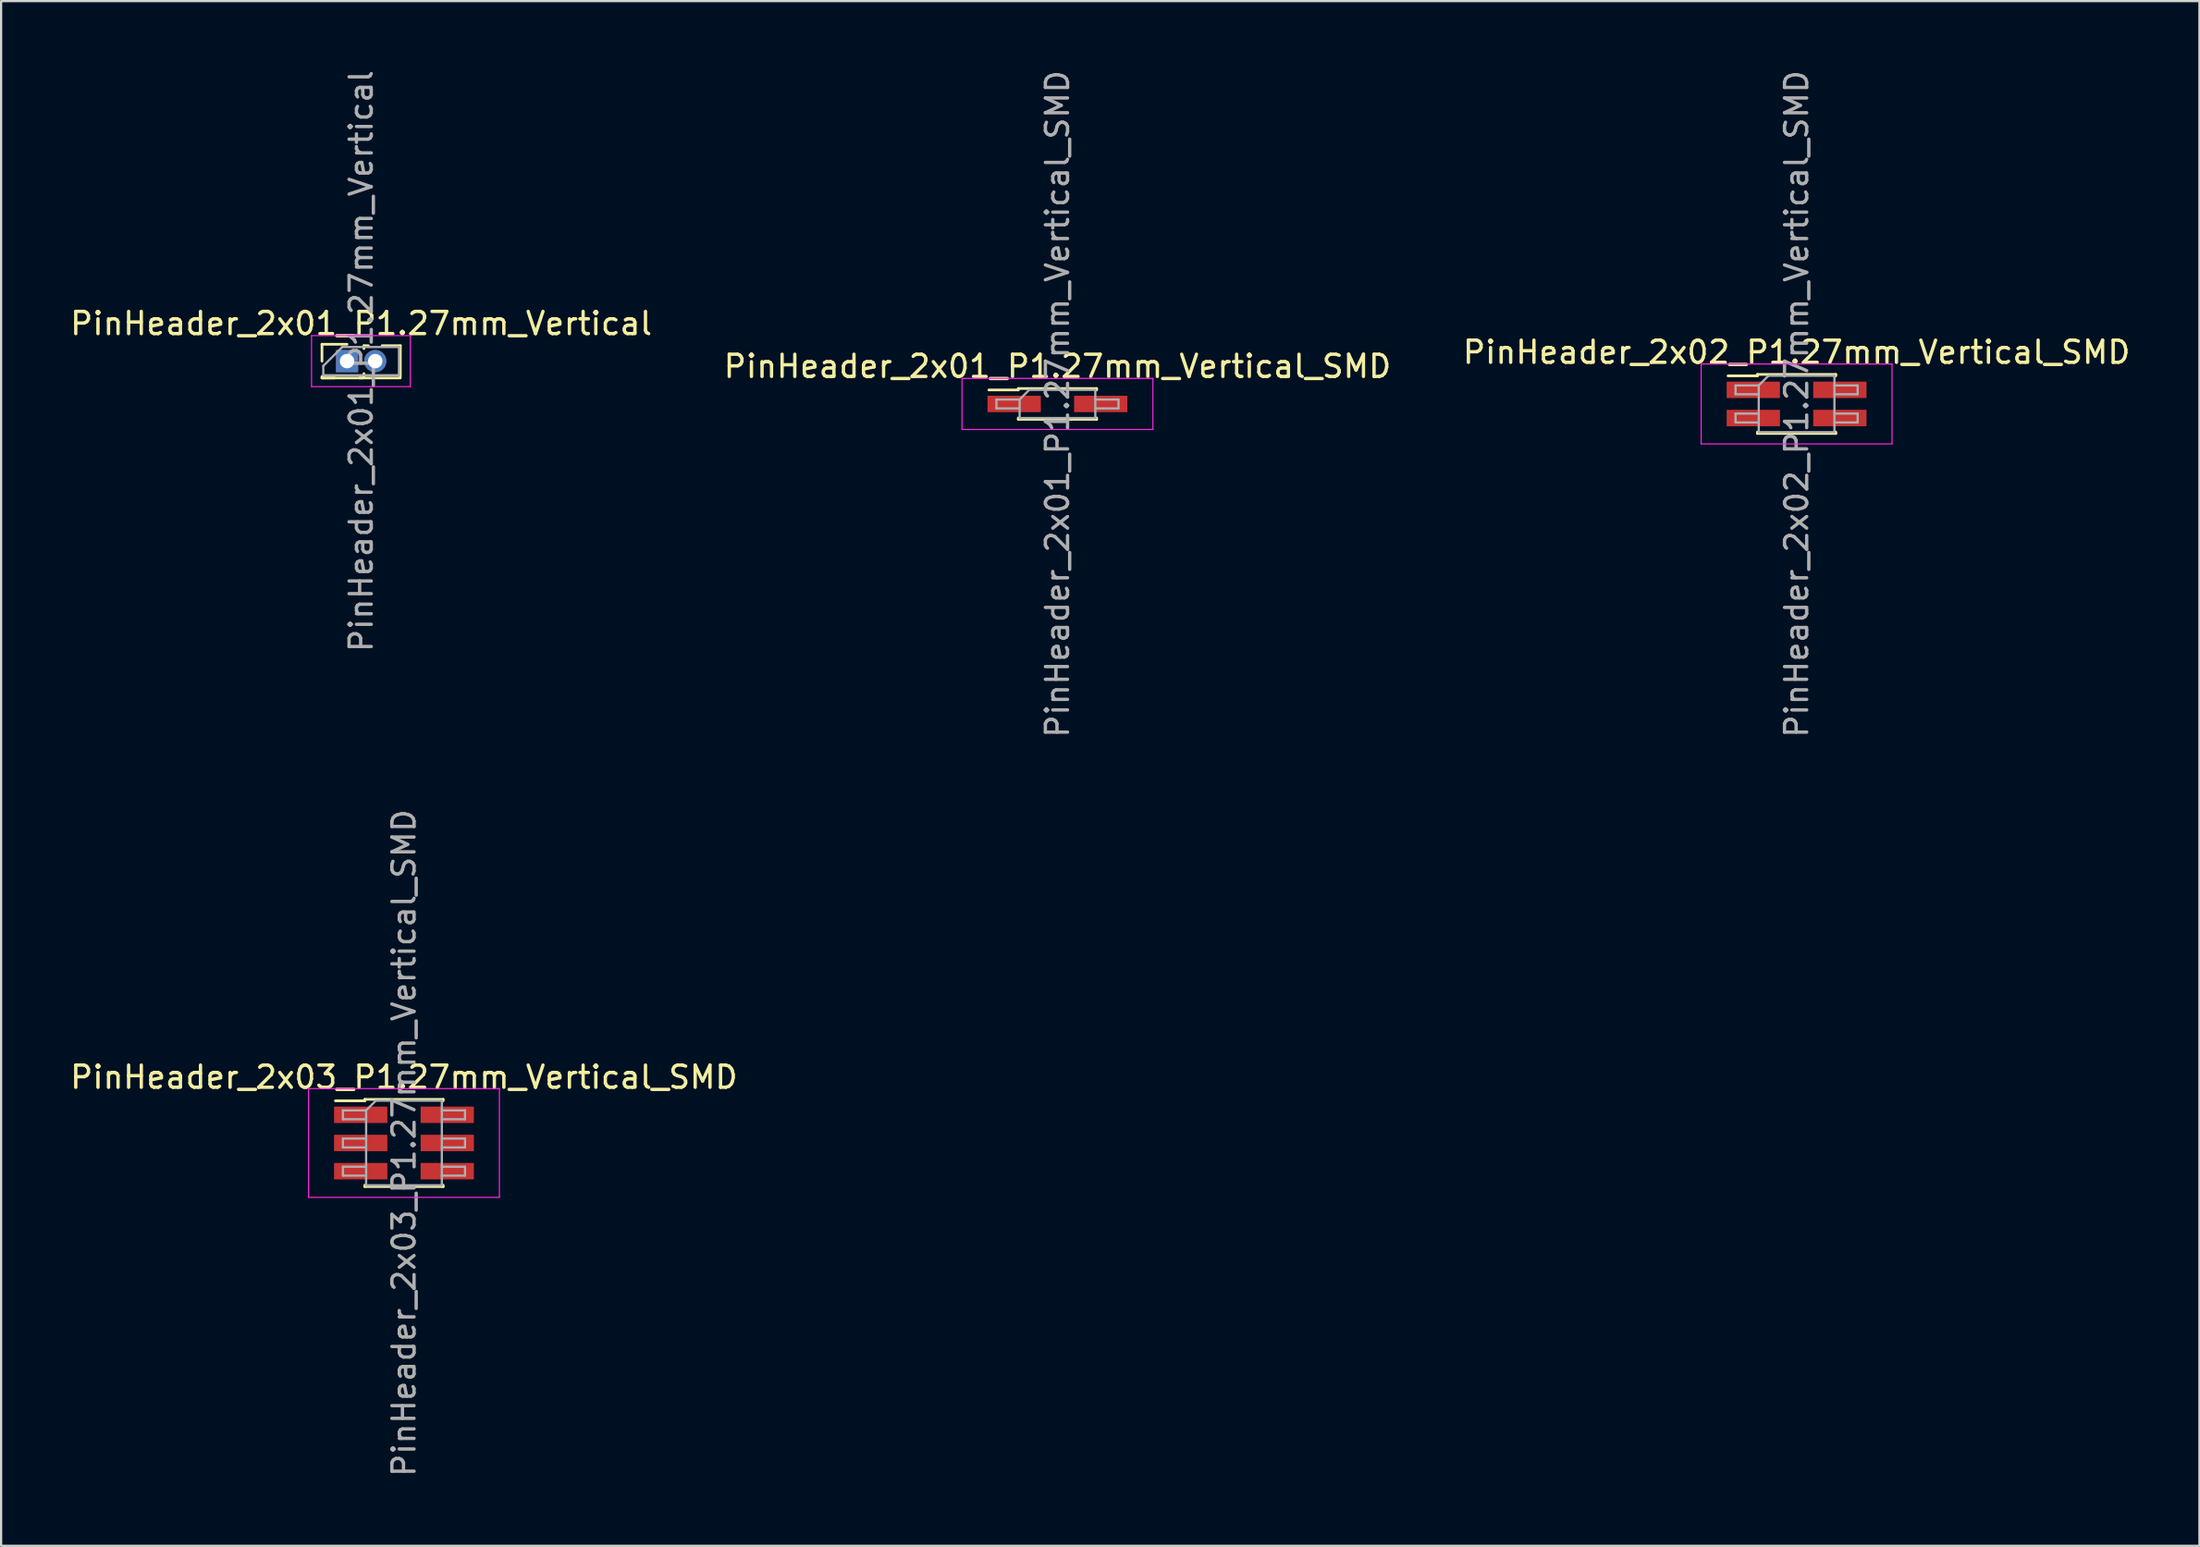
<source format=kicad_pcb>
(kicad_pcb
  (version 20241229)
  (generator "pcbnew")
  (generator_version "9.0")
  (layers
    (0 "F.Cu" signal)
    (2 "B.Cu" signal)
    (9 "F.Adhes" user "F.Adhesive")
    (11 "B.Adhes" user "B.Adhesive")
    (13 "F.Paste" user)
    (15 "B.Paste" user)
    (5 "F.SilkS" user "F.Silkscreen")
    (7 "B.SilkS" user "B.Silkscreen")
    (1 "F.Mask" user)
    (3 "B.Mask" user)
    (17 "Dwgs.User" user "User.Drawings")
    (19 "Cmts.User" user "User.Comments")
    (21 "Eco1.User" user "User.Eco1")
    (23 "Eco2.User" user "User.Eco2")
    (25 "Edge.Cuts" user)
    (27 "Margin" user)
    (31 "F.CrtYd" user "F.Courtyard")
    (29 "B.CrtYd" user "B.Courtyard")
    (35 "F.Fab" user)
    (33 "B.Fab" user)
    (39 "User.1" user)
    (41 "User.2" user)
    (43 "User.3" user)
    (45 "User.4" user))
  (footprint "PinHeader_2x02_P1.27mm_Vertical_SMD"
    (layer "F.Cu")
    (at 77.887 15.149)
    (property "Reference" "PinHeader_2x02_P1.27mm_Vertical_SMD" (at 0 -2.33 0) (layer "F.SilkS") (effects (font (size 1 1) (thickness 0.15))))
    (attr smd)
    (fp_line (start -3.09 -1.265) (end -1.765 -1.265) (stroke (width 0.12) (type solid)) (layer "F.SilkS"))
    (fp_line (start -1.765 -1.33) (end -1.765 -1.265) (stroke (width 0.12) (type solid)) (layer "F.SilkS"))
    (fp_line (start -1.765 -1.33) (end 1.765 -1.33) (stroke (width 0.12) (type solid)) (layer "F.SilkS"))
    (fp_line (start -1.765 1.265) (end -1.765 1.33) (stroke (width 0.12) (type solid)) (layer "F.SilkS"))
    (fp_line (start -1.765 1.33) (end 1.765 1.33) (stroke (width 0.12) (type solid)) (layer "F.SilkS"))
    (fp_line (start 1.765 -1.33) (end 1.765 -1.265) (stroke (width 0.12) (type solid)) (layer "F.SilkS"))
    (fp_line (start 1.765 1.265) (end 1.765 1.33) (stroke (width 0.12) (type solid)) (layer "F.SilkS"))
    (fp_line (start -4.3 -1.8) (end -4.3 1.8) (stroke (width 0.05) (type solid)) (layer "F.CrtYd"))
    (fp_line (start -4.3 1.8) (end 4.3 1.8) (stroke (width 0.05) (type solid)) (layer "F.CrtYd"))
    (fp_line (start 4.3 -1.8) (end -4.3 -1.8) (stroke (width 0.05) (type solid)) (layer "F.CrtYd"))
    (fp_line (start 4.3 1.8) (end 4.3 -1.8) (stroke (width 0.05) (type solid)) (layer "F.CrtYd"))
    (fp_line (start -2.75 -0.835) (end -2.75 -0.435) (stroke (width 0.1) (type solid)) (layer "F.Fab"))
    (fp_line (start -2.75 -0.435) (end -1.705 -0.435) (stroke (width 0.1) (type solid)) (layer "F.Fab"))
    (fp_line (start -2.75 0.435) (end -2.75 0.835) (stroke (width 0.1) (type solid)) (layer "F.Fab"))
    (fp_line (start -2.75 0.835) (end -1.705 0.835) (stroke (width 0.1) (type solid)) (layer "F.Fab"))
    (fp_line (start -1.705 -0.835) (end -2.75 -0.835) (stroke (width 0.1) (type solid)) (layer "F.Fab"))
    (fp_line (start -1.705 -0.835) (end -1.27 -1.27) (stroke (width 0.1) (type solid)) (layer "F.Fab"))
    (fp_line (start -1.705 0.435) (end -2.75 0.435) (stroke (width 0.1) (type solid)) (layer "F.Fab"))
    (fp_line (start -1.705 1.27) (end -1.705 -0.835) (stroke (width 0.1) (type solid)) (layer "F.Fab"))
    (fp_line (start -1.27 -1.27) (end 1.705 -1.27) (stroke (width 0.1) (type solid)) (layer "F.Fab"))
    (fp_line (start 1.705 -1.27) (end 1.705 1.27) (stroke (width 0.1) (type solid)) (layer "F.Fab"))
    (fp_line (start 1.705 -0.835) (end 2.75 -0.835) (stroke (width 0.1) (type solid)) (layer "F.Fab"))
    (fp_line (start 1.705 0.435) (end 2.75 0.435) (stroke (width 0.1) (type solid)) (layer "F.Fab"))
    (fp_line (start 1.705 1.27) (end -1.705 1.27) (stroke (width 0.1) (type solid)) (layer "F.Fab"))
    (fp_line (start 2.75 -0.835) (end 2.75 -0.435) (stroke (width 0.1) (type solid)) (layer "F.Fab"))
    (fp_line (start 2.75 -0.435) (end 1.705 -0.435) (stroke (width 0.1) (type solid)) (layer "F.Fab"))
    (fp_line (start 2.75 0.435) (end 2.75 0.835) (stroke (width 0.1) (type solid)) (layer "F.Fab"))
    (fp_line (start 2.75 0.835) (end 1.705 0.835) (stroke (width 0.1) (type solid)) (layer "F.Fab"))
    (fp_text user "${REFERENCE}" (at 0 0 90) (layer "F.Fab") (effects (font (size 1 1) (thickness 0.15))))
    (pad "1" smd rect (at -1.95 -0.635) (size 2.4 0.74) (layers "F.Cu" "F.Mask" "F.Paste"))
    (pad "2" smd rect (at 1.95 -0.635) (size 2.4 0.74) (layers "F.Cu" "F.Mask" "F.Paste"))
    (pad "3" smd rect (at -1.95 0.635) (size 2.4 0.74) (layers "F.Cu" "F.Mask" "F.Paste"))
    (pad "4" smd rect (at 1.95 0.635) (size 2.4 0.74) (layers "F.Cu" "F.Mask" "F.Paste")))
  (footprint "PinHeader_2x01_P1.27mm_Vertical_SMD"
    (layer "F.Cu")
    (at 44.589 15.149)
    (property "Reference" "PinHeader_2x01_P1.27mm_Vertical_SMD" (at 0 -1.695 0) (layer "F.SilkS") (effects (font (size 1 1) (thickness 0.15))))
    (attr smd)
    (fp_line (start -3.09 -0.63) (end -1.765 -0.63) (stroke (width 0.12) (type solid)) (layer "F.SilkS"))
    (fp_line (start -1.765 -0.695) (end -1.765 -0.63) (stroke (width 0.12) (type solid)) (layer "F.SilkS"))
    (fp_line (start -1.765 -0.695) (end 1.765 -0.695) (stroke (width 0.12) (type solid)) (layer "F.SilkS"))
    (fp_line (start -1.765 0.63) (end -1.765 0.695) (stroke (width 0.12) (type solid)) (layer "F.SilkS"))
    (fp_line (start -1.765 0.695) (end 1.765 0.695) (stroke (width 0.12) (type solid)) (layer "F.SilkS"))
    (fp_line (start 1.765 -0.695) (end 1.765 -0.63) (stroke (width 0.12) (type solid)) (layer "F.SilkS"))
    (fp_line (start 1.765 0.63) (end 1.765 0.695) (stroke (width 0.12) (type solid)) (layer "F.SilkS"))
    (fp_line (start -4.3 -1.15) (end -4.3 1.15) (stroke (width 0.05) (type solid)) (layer "F.CrtYd"))
    (fp_line (start -4.3 1.15) (end 4.3 1.15) (stroke (width 0.05) (type solid)) (layer "F.CrtYd"))
    (fp_line (start 4.3 -1.15) (end -4.3 -1.15) (stroke (width 0.05) (type solid)) (layer "F.CrtYd"))
    (fp_line (start 4.3 1.15) (end 4.3 -1.15) (stroke (width 0.05) (type solid)) (layer "F.CrtYd"))
    (fp_line (start -2.75 -0.2) (end -2.75 0.2) (stroke (width 0.1) (type solid)) (layer "F.Fab"))
    (fp_line (start -2.75 0.2) (end -1.705 0.2) (stroke (width 0.1) (type solid)) (layer "F.Fab"))
    (fp_line (start -1.705 -0.2) (end -2.75 -0.2) (stroke (width 0.1) (type solid)) (layer "F.Fab"))
    (fp_line (start -1.705 -0.2) (end -1.27 -0.635) (stroke (width 0.1) (type solid)) (layer "F.Fab"))
    (fp_line (start -1.705 0.635) (end -1.705 -0.2) (stroke (width 0.1) (type solid)) (layer "F.Fab"))
    (fp_line (start -1.27 -0.635) (end 1.705 -0.635) (stroke (width 0.1) (type solid)) (layer "F.Fab"))
    (fp_line (start 1.705 -0.635) (end 1.705 0.635) (stroke (width 0.1) (type solid)) (layer "F.Fab"))
    (fp_line (start 1.705 -0.2) (end 2.75 -0.2) (stroke (width 0.1) (type solid)) (layer "F.Fab"))
    (fp_line (start 1.705 0.635) (end -1.705 0.635) (stroke (width 0.1) (type solid)) (layer "F.Fab"))
    (fp_line (start 2.75 -0.2) (end 2.75 0.2) (stroke (width 0.1) (type solid)) (layer "F.Fab"))
    (fp_line (start 2.75 0.2) (end 1.705 0.2) (stroke (width 0.1) (type solid)) (layer "F.Fab"))
    (fp_text user "${REFERENCE}" (at 0 0 90) (layer "F.Fab") (effects (font (size 1 1) (thickness 0.15))))
    (pad "1" smd rect (at -1.95 0) (size 2.4 0.74) (layers "F.Cu" "F.Mask" "F.Paste"))
    (pad "2" smd rect (at 1.95 0) (size 2.4 0.74) (layers "F.Cu" "F.Mask" "F.Paste")))
  (footprint "PinHeader_2x03_P1.27mm_Vertical_SMD"
    (layer "F.Cu")
    (at 15.149 48.446)
    (property "Reference" "PinHeader_2x03_P1.27mm_Vertical_SMD" (at 0 -2.965 0) (layer "F.SilkS") (effects (font (size 1 1) (thickness 0.15))))
    (attr smd)
    (fp_line (start -3.09 -1.9) (end -1.765 -1.9) (stroke (width 0.12) (type solid)) (layer "F.SilkS"))
    (fp_line (start -1.765 -1.965) (end -1.765 -1.9) (stroke (width 0.12) (type solid)) (layer "F.SilkS"))
    (fp_line (start -1.765 -1.965) (end 1.765 -1.965) (stroke (width 0.12) (type solid)) (layer "F.SilkS"))
    (fp_line (start -1.765 1.9) (end -1.765 1.965) (stroke (width 0.12) (type solid)) (layer "F.SilkS"))
    (fp_line (start -1.765 1.965) (end 1.765 1.965) (stroke (width 0.12) (type solid)) (layer "F.SilkS"))
    (fp_line (start 1.765 -1.965) (end 1.765 -1.9) (stroke (width 0.12) (type solid)) (layer "F.SilkS"))
    (fp_line (start 1.765 1.9) (end 1.765 1.965) (stroke (width 0.12) (type solid)) (layer "F.SilkS"))
    (fp_line (start -4.3 -2.45) (end -4.3 2.45) (stroke (width 0.05) (type solid)) (layer "F.CrtYd"))
    (fp_line (start -4.3 2.45) (end 4.3 2.45) (stroke (width 0.05) (type solid)) (layer "F.CrtYd"))
    (fp_line (start 4.3 -2.45) (end -4.3 -2.45) (stroke (width 0.05) (type solid)) (layer "F.CrtYd"))
    (fp_line (start 4.3 2.45) (end 4.3 -2.45) (stroke (width 0.05) (type solid)) (layer "F.CrtYd"))
    (fp_line (start -2.75 -1.47) (end -2.75 -1.07) (stroke (width 0.1) (type solid)) (layer "F.Fab"))
    (fp_line (start -2.75 -1.07) (end -1.705 -1.07) (stroke (width 0.1) (type solid)) (layer "F.Fab"))
    (fp_line (start -2.75 -0.2) (end -2.75 0.2) (stroke (width 0.1) (type solid)) (layer "F.Fab"))
    (fp_line (start -2.75 0.2) (end -1.705 0.2) (stroke (width 0.1) (type solid)) (layer "F.Fab"))
    (fp_line (start -2.75 1.07) (end -2.75 1.47) (stroke (width 0.1) (type solid)) (layer "F.Fab"))
    (fp_line (start -2.75 1.47) (end -1.705 1.47) (stroke (width 0.1) (type solid)) (layer "F.Fab"))
    (fp_line (start -1.705 -1.47) (end -2.75 -1.47) (stroke (width 0.1) (type solid)) (layer "F.Fab"))
    (fp_line (start -1.705 -1.47) (end -1.27 -1.905) (stroke (width 0.1) (type solid)) (layer "F.Fab"))
    (fp_line (start -1.705 -0.2) (end -2.75 -0.2) (stroke (width 0.1) (type solid)) (layer "F.Fab"))
    (fp_line (start -1.705 1.07) (end -2.75 1.07) (stroke (width 0.1) (type solid)) (layer "F.Fab"))
    (fp_line (start -1.705 1.905) (end -1.705 -1.47) (stroke (width 0.1) (type solid)) (layer "F.Fab"))
    (fp_line (start -1.27 -1.905) (end 1.705 -1.905) (stroke (width 0.1) (type solid)) (layer "F.Fab"))
    (fp_line (start 1.705 -1.905) (end 1.705 1.905) (stroke (width 0.1) (type solid)) (layer "F.Fab"))
    (fp_line (start 1.705 -1.47) (end 2.75 -1.47) (stroke (width 0.1) (type solid)) (layer "F.Fab"))
    (fp_line (start 1.705 -0.2) (end 2.75 -0.2) (stroke (width 0.1) (type solid)) (layer "F.Fab"))
    (fp_line (start 1.705 1.07) (end 2.75 1.07) (stroke (width 0.1) (type solid)) (layer "F.Fab"))
    (fp_line (start 1.705 1.905) (end -1.705 1.905) (stroke (width 0.1) (type solid)) (layer "F.Fab"))
    (fp_line (start 2.75 -1.47) (end 2.75 -1.07) (stroke (width 0.1) (type solid)) (layer "F.Fab"))
    (fp_line (start 2.75 -1.07) (end 1.705 -1.07) (stroke (width 0.1) (type solid)) (layer "F.Fab"))
    (fp_line (start 2.75 -0.2) (end 2.75 0.2) (stroke (width 0.1) (type solid)) (layer "F.Fab"))
    (fp_line (start 2.75 0.2) (end 1.705 0.2) (stroke (width 0.1) (type solid)) (layer "F.Fab"))
    (fp_line (start 2.75 1.07) (end 2.75 1.47) (stroke (width 0.1) (type solid)) (layer "F.Fab"))
    (fp_line (start 2.75 1.47) (end 1.705 1.47) (stroke (width 0.1) (type solid)) (layer "F.Fab"))
    (fp_text user "${REFERENCE}" (at 0 0 90) (layer "F.Fab") (effects (font (size 1 1) (thickness 0.15))))
    (pad "1" smd rect (at -1.95 -1.27) (size 2.4 0.74) (layers "F.Cu" "F.Mask" "F.Paste"))
    (pad "2" smd rect (at 1.95 -1.27) (size 2.4 0.74) (layers "F.Cu" "F.Mask" "F.Paste"))
    (pad "3" smd rect (at -1.95 0) (size 2.4 0.74) (layers "F.Cu" "F.Mask" "F.Paste"))
    (pad "4" smd rect (at 1.95 0) (size 2.4 0.74) (layers "F.Cu" "F.Mask" "F.Paste"))
    (pad "5" smd rect (at -1.95 1.27) (size 2.4 0.74) (layers "F.Cu" "F.Mask" "F.Paste"))
    (pad "6" smd rect (at 1.95 1.27) (size 2.4 0.74) (layers "F.Cu" "F.Mask" "F.Paste")))
  (footprint "PinHeader_2x01_P1.27mm_Vertical"
    (layer "F.Cu")
    (at 12.585 13.22)
    (property "Reference" "PinHeader_2x01_P1.27mm_Vertical" (at 0.635 -1.695 0) (layer "F.SilkS") (effects (font (size 1 1) (thickness 0.15))))
    (attr through_hole)
    (fp_line (start -1.13 -0.76) (end 0 -0.76) (stroke (width 0.12) (type solid)) (layer "F.SilkS"))
    (fp_line (start -1.13 0) (end -1.13 -0.76) (stroke (width 0.12) (type solid)) (layer "F.SilkS"))
    (fp_line (start -1.13 0.76) (end -1.13 0.695) (stroke (width 0.12) (type solid)) (layer "F.SilkS"))
    (fp_line (start -1.13 0.76) (end -0.563 0.76) (stroke (width 0.12) (type solid)) (layer "F.SilkS"))
    (fp_line (start -1.13 0.76) (end 2.4 0.76) (stroke (width 0.12) (type solid)) (layer "F.SilkS"))
    (fp_line (start 0.563 0.76) (end 0.707 0.76) (stroke (width 0.12) (type solid)) (layer "F.SilkS"))
    (fp_line (start 0.76 -0.695) (end 0.962 -0.695) (stroke (width 0.12) (type solid)) (layer "F.SilkS"))
    (fp_line (start 0.76 -0.563) (end 0.76 -0.695) (stroke (width 0.12) (type solid)) (layer "F.SilkS"))
    (fp_line (start 0.76 0.707) (end 0.76 0.563) (stroke (width 0.12) (type solid)) (layer "F.SilkS"))
    (fp_line (start 1.578 -0.695) (end 2.4 -0.695) (stroke (width 0.12) (type solid)) (layer "F.SilkS"))
    (fp_line (start 2.4 -0.695) (end 2.4 0.695) (stroke (width 0.12) (type solid)) (layer "F.SilkS"))
    (fp_line (start -1.6 -1.15) (end -1.6 1.15) (stroke (width 0.05) (type solid)) (layer "F.CrtYd"))
    (fp_line (start -1.6 1.15) (end 2.85 1.15) (stroke (width 0.05) (type solid)) (layer "F.CrtYd"))
    (fp_line (start 2.85 -1.15) (end -1.6 -1.15) (stroke (width 0.05) (type solid)) (layer "F.CrtYd"))
    (fp_line (start 2.85 1.15) (end 2.85 -1.15) (stroke (width 0.05) (type solid)) (layer "F.CrtYd"))
    (fp_line (start -1.07 0.217) (end -0.217 -0.635) (stroke (width 0.1) (type solid)) (layer "F.Fab"))
    (fp_line (start -1.07 0.635) (end -1.07 0.217) (stroke (width 0.1) (type solid)) (layer "F.Fab"))
    (fp_line (start -0.217 -0.635) (end 2.34 -0.635) (stroke (width 0.1) (type solid)) (layer "F.Fab"))
    (fp_line (start 2.34 -0.635) (end 2.34 0.635) (stroke (width 0.1) (type solid)) (layer "F.Fab"))
    (fp_line (start 2.34 0.635) (end -1.07 0.635) (stroke (width 0.1) (type solid)) (layer "F.Fab"))
    (fp_text user "${REFERENCE}" (at 0.635 0 90) (layer "F.Fab") (effects (font (size 1 1) (thickness 0.15))))
    (pad "1" thru_hole rect (at 0 0) (size 1 1) (drill 0.65) (layers "*.Cu" "*.Mask"))
    (pad "2" thru_hole oval (at 1.27 0) (size 1 1) (drill 0.65) (layers "*.Cu" "*.Mask")))
  (gr_rect
    (start -3 -3)
    (end 96.036 66.595)
    (stroke (width 0.1) (type default))
    (fill no)
    (layer "Edge.Cuts")))
</source>
